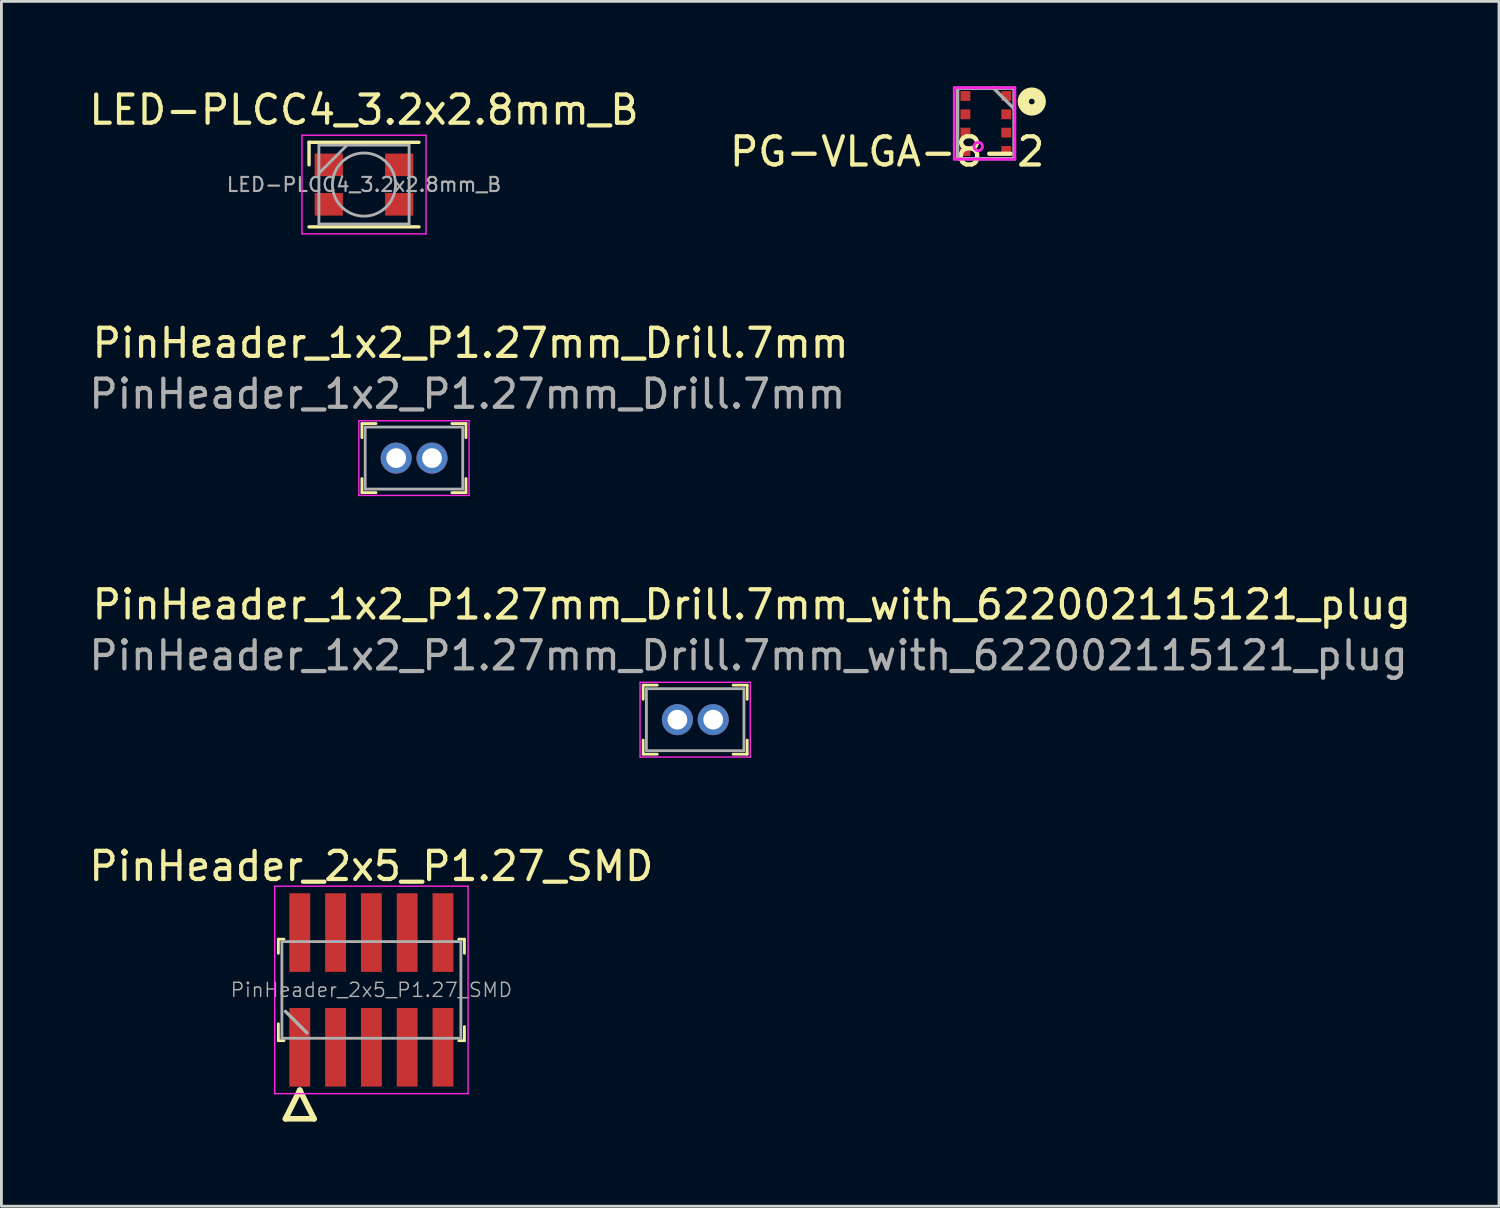
<source format=kicad_pcb>
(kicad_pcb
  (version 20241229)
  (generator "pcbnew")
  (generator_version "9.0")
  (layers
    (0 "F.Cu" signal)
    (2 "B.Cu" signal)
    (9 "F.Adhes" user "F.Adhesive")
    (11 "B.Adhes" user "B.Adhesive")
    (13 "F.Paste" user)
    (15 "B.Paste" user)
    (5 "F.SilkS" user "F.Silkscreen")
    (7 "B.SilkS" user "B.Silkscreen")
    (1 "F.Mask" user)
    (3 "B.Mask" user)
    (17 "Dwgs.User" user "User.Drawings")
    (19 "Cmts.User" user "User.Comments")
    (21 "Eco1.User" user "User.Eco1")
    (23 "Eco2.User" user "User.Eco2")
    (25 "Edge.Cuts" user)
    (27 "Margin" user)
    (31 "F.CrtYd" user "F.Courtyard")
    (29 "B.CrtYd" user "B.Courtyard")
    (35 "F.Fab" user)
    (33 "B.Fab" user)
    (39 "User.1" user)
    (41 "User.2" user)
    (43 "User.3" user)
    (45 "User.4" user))
  (footprint "LED-PLCC4_3.2x2.8mm_B"
    (layer "F.Cu")
    (at 9.863 3.498)
    (property "Reference" "LED-PLCC4_3.2x2.8mm_B" (at 0 -2.65 0) (layer "F.SilkS") (effects (font (size 1 1) (thickness 0.15))))
    (attr smd)
    (fp_line (start -1.95 -1.5) (end 1.95 -1.5) (stroke (width 0.12) (type solid)) (layer "F.SilkS"))
    (fp_line (start -1.95 -0.7) (end -1.95 -1.5) (stroke (width 0.12) (type solid)) (layer "F.SilkS"))
    (fp_line (start -1.95 1.5) (end 1.95 1.5) (stroke (width 0.12) (type solid)) (layer "F.SilkS"))
    (fp_line (start -2.2 -1.75) (end -2.2 1.75) (stroke (width 0.05) (type solid)) (layer "F.CrtYd"))
    (fp_line (start -2.2 1.75) (end 2.2 1.75) (stroke (width 0.05) (type solid)) (layer "F.CrtYd"))
    (fp_line (start 2.2 -1.75) (end -2.2 -1.75) (stroke (width 0.05) (type solid)) (layer "F.CrtYd"))
    (fp_line (start 2.2 1.75) (end 2.2 -1.75) (stroke (width 0.05) (type solid)) (layer "F.CrtYd"))
    (fp_line (start -1.6 -1.4) (end -1.6 1.4) (stroke (width 0.1) (type solid)) (layer "F.Fab"))
    (fp_line (start -1.6 1.4) (end 1.6 1.4) (stroke (width 0.1) (type solid)) (layer "F.Fab"))
    (fp_line (start -0.6 -1.4) (end -1.6 -0.4) (stroke (width 0.1) (type solid)) (layer "F.Fab"))
    (fp_line (start 1.6 -1.4) (end -1.6 -1.4) (stroke (width 0.1) (type solid)) (layer "F.Fab"))
    (fp_line (start 1.6 1.4) (end 1.6 -1.4) (stroke (width 0.1) (type solid)) (layer "F.Fab"))
    (fp_circle (center 0 0) (end 1.12 0) (stroke (width 0.1) (type solid)) (fill no) (layer "F.Fab"))
    (fp_text user "${REFERENCE}" (at 0 0 0) (layer "F.Fab") (effects (font (size 0.5 0.5) (thickness 0.075))))
    (pad "1" smd rect (at -1.25 -0.7) (size 1 0.8) (layers "F.Cu" "F.Mask" "F.Paste"))
    (pad "2" smd rect (at 1.25 -0.7) (size 1 0.8) (layers "F.Cu" "F.Mask" "F.Paste"))
    (pad "3" smd rect (at 1.25 0.7) (size 1 0.8) (layers "F.Cu" "F.Mask" "F.Paste"))
    (pad "4" smd rect (at -1.25 0.7) (size 1 0.8) (layers "F.Cu" "F.Mask" "F.Paste")))
  (footprint "PinHeader_2x5_P1.27_SMD"
    (layer "F.Cu")
    (at 10.125 32.068)
    (property "Reference" "PinHeader_2x5_P1.27_SMD" (at 0 -4.39 0) (layer "F.SilkS") (effects (font (size 1 1) (thickness 0.15))))
    (attr smd)
    (fp_line (start -3.3 -1.8) (end -3.3 -1.3) (stroke (width 0.1) (type solid)) (layer "F.SilkS"))
    (fp_line (start -3.3 1.8) (end -3.3 1.2) (stroke (width 0.1) (type solid)) (layer "F.SilkS"))
    (fp_line (start -3.1 -1.8) (end -3.3 -1.8) (stroke (width 0.1) (type solid)) (layer "F.SilkS"))
    (fp_line (start -3.1 1.8) (end -3.3 1.8) (stroke (width 0.1) (type solid)) (layer "F.SilkS"))
    (fp_line (start -3.048 4.572) (end -2.032 4.572) (stroke (width 0.2) (type solid)) (layer "F.SilkS"))
    (fp_line (start -2.54 3.556) (end -3.048 4.572) (stroke (width 0.2) (type solid)) (layer "F.SilkS"))
    (fp_line (start -2.032 4.572) (end -2.54 3.556) (stroke (width 0.2) (type solid)) (layer "F.SilkS"))
    (fp_line (start 3.1 -1.8) (end 3.3 -1.8) (stroke (width 0.1) (type solid)) (layer "F.SilkS"))
    (fp_line (start 3.1 1.8) (end 3.3 1.8) (stroke (width 0.1) (type solid)) (layer "F.SilkS"))
    (fp_line (start 3.3 -1.8) (end 3.3 -1.3) (stroke (width 0.1) (type solid)) (layer "F.SilkS"))
    (fp_line (start 3.3 1.8) (end 3.3 1.3) (stroke (width 0.1) (type solid)) (layer "F.SilkS"))
    (fp_line (start -3.43 -3.68) (end -3.43 3.68) (stroke (width 0.05) (type solid)) (layer "F.CrtYd"))
    (fp_line (start 3.43 -3.68) (end -3.43 -3.68) (stroke (width 0.05) (type solid)) (layer "F.CrtYd"))
    (fp_line (start 3.43 -3.68) (end 3.43 3.68) (stroke (width 0.05) (type solid)) (layer "F.CrtYd"))
    (fp_line (start 3.43 3.68) (end -3.43 3.68) (stroke (width 0.05) (type solid)) (layer "F.CrtYd"))
    (fp_line (start -3.175 -1.715) (end -3.175 1.715) (stroke (width 0.1) (type solid)) (layer "F.Fab"))
    (fp_line (start -3.175 -1.715) (end 3.175 -1.715) (stroke (width 0.1) (type solid)) (layer "F.Fab"))
    (fp_line (start -3.175 1.715) (end 3.175 1.715) (stroke (width 0.1) (type solid)) (layer "F.Fab"))
    (fp_line (start -3.048 0.762) (end -2.286 1.524) (stroke (width 0.12) (type solid)) (layer "F.Fab"))
    (fp_line (start 3.175 -1.715) (end 3.175 1.715) (stroke (width 0.1) (type solid)) (layer "F.Fab"))
    (fp_text user "${REFERENCE}" (at 0 0 0) (layer "F.Fab") (effects (font (size 0.5 0.5) (thickness 0.05))))
    (pad "1" smd rect (at -2.54 2.035) (size 0.74 2.79) (layers "F.Cu" "F.Mask" "F.Paste"))
    (pad "2" smd rect (at -2.54 -2.035) (size 0.74 2.79) (layers "F.Cu" "F.Mask" "F.Paste"))
    (pad "3" smd rect (at -1.27 2.035) (size 0.74 2.79) (layers "F.Cu" "F.Mask" "F.Paste"))
    (pad "4" smd rect (at -1.27 -2.035) (size 0.74 2.79) (layers "F.Cu" "F.Mask" "F.Paste"))
    (pad "5" smd rect (at 0 2.035) (size 0.74 2.79) (layers "F.Cu" "F.Mask" "F.Paste"))
    (pad "6" smd rect (at 0 -2.035) (size 0.74 2.79) (layers "F.Cu" "F.Mask" "F.Paste"))
    (pad "7" smd rect (at 1.27 2.035) (size 0.74 2.79) (layers "F.Cu" "F.Mask" "F.Paste"))
    (pad "8" smd rect (at 1.27 -2.035) (size 0.74 2.79) (layers "F.Cu" "F.Mask" "F.Paste"))
    (pad "9" smd rect (at 2.54 2.035) (size 0.74 2.79) (layers "F.Cu" "F.Mask" "F.Paste"))
    (pad "10" smd rect (at 2.54 -2.035) (size 0.74 2.79) (layers "F.Cu" "F.Mask" "F.Paste")))
  (footprint "PinHeader_1x2_P1.27mm_Drill.7mm"
    (layer "F.Cu")
    (at 11.005 13.201)
    (property "Reference" "PinHeader_1x2_P1.27mm_Drill.7mm" (at 2.64 -4.08 0) (layer "F.SilkS") (effects (font (size 1 1) (thickness 0.15))))
    (attr through_hole)
    (fp_line (start -1.215 -1.225) (end -1.215 -0.725) (stroke (width 0.1) (type solid)) (layer "F.SilkS"))
    (fp_line (start -1.215 -1.225) (end -0.715 -1.225) (stroke (width 0.1) (type solid)) (layer "F.SilkS"))
    (fp_line (start -1.215 1.225) (end -1.215 0.725) (stroke (width 0.1) (type solid)) (layer "F.SilkS"))
    (fp_line (start -1.215 1.225) (end -0.715 1.225) (stroke (width 0.1) (type solid)) (layer "F.SilkS"))
    (fp_line (start 2.475 -1.225) (end 1.975 -1.225) (stroke (width 0.1) (type solid)) (layer "F.SilkS"))
    (fp_line (start 2.475 -1.225) (end 2.475 -0.725) (stroke (width 0.1) (type solid)) (layer "F.SilkS"))
    (fp_line (start 2.475 1.225) (end 1.975 1.225) (stroke (width 0.1) (type solid)) (layer "F.SilkS"))
    (fp_line (start 2.475 1.225) (end 2.475 0.725) (stroke (width 0.1) (type solid)) (layer "F.SilkS"))
    (fp_line (start -1.325 -1.325) (end -1.325 1.325) (stroke (width 0.05) (type solid)) (layer "F.CrtYd"))
    (fp_line (start -1.325 -1.325) (end 2.585 -1.325) (stroke (width 0.05) (type solid)) (layer "F.CrtYd"))
    (fp_line (start -1.325 1.325) (end 2.585 1.325) (stroke (width 0.05) (type solid)) (layer "F.CrtYd"))
    (fp_line (start 2.585 -1.325) (end 2.585 1.325) (stroke (width 0.05) (type solid)) (layer "F.CrtYd"))
    (fp_line (start -1.1 -1.1) (end -1.1 1.1) (stroke (width 0.1) (type solid)) (layer "F.Fab"))
    (fp_line (start -1.1 -1.1) (end 2.36 -1.1) (stroke (width 0.1) (type solid)) (layer "F.Fab"))
    (fp_line (start -1.1 1.1) (end 2.36 1.1) (stroke (width 0.1) (type solid)) (layer "F.Fab"))
    (fp_line (start 2.36 -1.1) (end 2.36 1.1) (stroke (width 0.1) (type solid)) (layer "F.Fab"))
    (fp_text user "${REFERENCE}" (at 2.525 -2.275 0) (layer "F.Fab") (effects (font (size 1 1) (thickness 0.15))))
    (pad "1" thru_hole circle (at 0 0) (size 1.1 1.1) (drill 0.7) (layers "*.Cu" "*.Mask"))
    (pad "2" thru_hole circle (at 1.27 0) (size 1.1 1.1) (drill 0.7) (layers "*.Cu" "*.Mask")))
  (footprint "PG-VLGA-8-2"
    (layer "F.Cu")
    (at 31.923 1.33)
    (property "Reference" "PG-VLGA-8-2" (at -3.5 1 0) (layer "F.SilkS") (effects (font (size 1 1) (thickness 0.15))))
    (attr through_hole)
    (fp_circle (center 1.63 -0.778) (end 1.73 -0.778) (stroke (width 0.4) (type solid)) (fill no) (layer "F.SilkS"))
    (fp_line (start -1.12 -1.27) (end 1.03 -1.27) (stroke (width 0.1) (type solid)) (layer "F.CrtYd"))
    (fp_line (start -1.12 1.268) (end -1.12 -1.27) (stroke (width 0.1) (type solid)) (layer "F.CrtYd"))
    (fp_line (start 1.03 -1.27) (end 1.03 1.268) (stroke (width 0.1) (type solid)) (layer "F.CrtYd"))
    (fp_line (start 1.03 1.268) (end -1.12 1.268) (stroke (width 0.1) (type solid)) (layer "F.CrtYd"))
    (fp_circle (center -0.27 0.818) (end -0.12 0.818) (stroke (width 0.1) (type solid)) (fill no) (layer "F.CrtYd"))
    (fp_line (start -1 -1.25) (end 1 -1.25) (stroke (width 0.12) (type solid)) (layer "F.Fab"))
    (fp_line (start -1 1.25) (end -1 -1.25) (stroke (width 0.12) (type solid)) (layer "F.Fab"))
    (fp_line (start 0.254 -1.27) (end 1.016 -0.508) (stroke (width 0.12) (type solid)) (layer "F.Fab"))
    (fp_line (start 1 -1.25) (end 1 1.25) (stroke (width 0.12) (type solid)) (layer "F.Fab"))
    (fp_line (start 1 1.25) (end -1 1.25) (stroke (width 0.12) (type solid)) (layer "F.Fab"))
    (pad "1" smd rect (at 0.725 -0.975) (size 0.35 0.35) (layers "F.Cu" "F.Mask" "F.Paste"))
    (pad "2" smd rect (at 0.725 -0.325) (size 0.35 0.35) (layers "F.Cu" "F.Mask" "F.Paste"))
    (pad "3" smd rect (at 0.725 0.325) (size 0.35 0.35) (layers "F.Cu" "F.Mask" "F.Paste"))
    (pad "4" smd rect (at 0.725 0.975) (size 0.35 0.35) (layers "F.Cu" "F.Mask" "F.Paste"))
    (pad "5" smd rect (at -0.725 0.975) (size 0.35 0.35) (layers "F.Cu" "F.Mask" "F.Paste"))
    (pad "6" smd rect (at -0.725 0.325) (size 0.35 0.35) (layers "F.Cu" "F.Mask" "F.Paste"))
    (pad "7" smd rect (at -0.725 -0.325) (size 0.35 0.35) (layers "F.Cu" "F.Mask" "F.Paste"))
    (pad "8" smd rect (at -0.725 -0.975) (size 0.35 0.35) (layers "F.Cu" "F.Mask" "F.Paste")))
  (footprint "PinHeader_1x2_P1.27mm_Drill.7mm_with_622002115121_plug"
    (layer "F.Cu")
    (at 20.981 22.48)
    (property "Reference" "PinHeader_1x2_P1.27mm_Drill.7mm_with_622002115121_plug" (at 2.64 -4.08 0) (layer "F.SilkS") (effects (font (size 1 1) (thickness 0.15))))
    (attr through_hole)
    (fp_line (start -1.215 -1.225) (end -1.215 -0.725) (stroke (width 0.1) (type solid)) (layer "F.SilkS"))
    (fp_line (start -1.215 -1.225) (end -0.715 -1.225) (stroke (width 0.1) (type solid)) (layer "F.SilkS"))
    (fp_line (start -1.215 1.225) (end -1.215 0.725) (stroke (width 0.1) (type solid)) (layer "F.SilkS"))
    (fp_line (start -1.215 1.225) (end -0.715 1.225) (stroke (width 0.1) (type solid)) (layer "F.SilkS"))
    (fp_line (start 2.475 -1.225) (end 1.975 -1.225) (stroke (width 0.1) (type solid)) (layer "F.SilkS"))
    (fp_line (start 2.475 -1.225) (end 2.475 -0.725) (stroke (width 0.1) (type solid)) (layer "F.SilkS"))
    (fp_line (start 2.475 1.225) (end 1.975 1.225) (stroke (width 0.1) (type solid)) (layer "F.SilkS"))
    (fp_line (start 2.475 1.225) (end 2.475 0.725) (stroke (width 0.1) (type solid)) (layer "F.SilkS"))
    (fp_line (start -1.325 -1.325) (end -1.325 1.325) (stroke (width 0.05) (type solid)) (layer "F.CrtYd"))
    (fp_line (start -1.325 -1.325) (end 2.585 -1.325) (stroke (width 0.05) (type solid)) (layer "F.CrtYd"))
    (fp_line (start -1.325 1.325) (end 2.585 1.325) (stroke (width 0.05) (type solid)) (layer "F.CrtYd"))
    (fp_line (start 2.585 -1.325) (end 2.585 1.325) (stroke (width 0.05) (type solid)) (layer "F.CrtYd"))
    (fp_line (start -1.1 -1.1) (end -1.1 1.1) (stroke (width 0.1) (type solid)) (layer "F.Fab"))
    (fp_line (start -1.1 -1.1) (end 2.36 -1.1) (stroke (width 0.1) (type solid)) (layer "F.Fab"))
    (fp_line (start -1.1 1.1) (end 2.36 1.1) (stroke (width 0.1) (type solid)) (layer "F.Fab"))
    (fp_line (start 2.36 -1.1) (end 2.36 1.1) (stroke (width 0.1) (type solid)) (layer "F.Fab"))
    (fp_text user "${REFERENCE}" (at 2.525 -2.275 0) (layer "F.Fab") (effects (font (size 1 1) (thickness 0.15))))
    (pad "1" thru_hole circle (at 0 0) (size 1.1 1.1) (drill 0.7) (layers "*.Cu" "*.Mask"))
    (pad "2" thru_hole circle (at 1.27 0) (size 1.1 1.1) (drill 0.7) (layers "*.Cu" "*.Mask")))
  (gr_rect
    (start -3 -3)
    (end 50.127 39.74)
    (stroke (width 0.1) (type default))
    (fill no)
    (layer "Edge.Cuts")))
</source>
